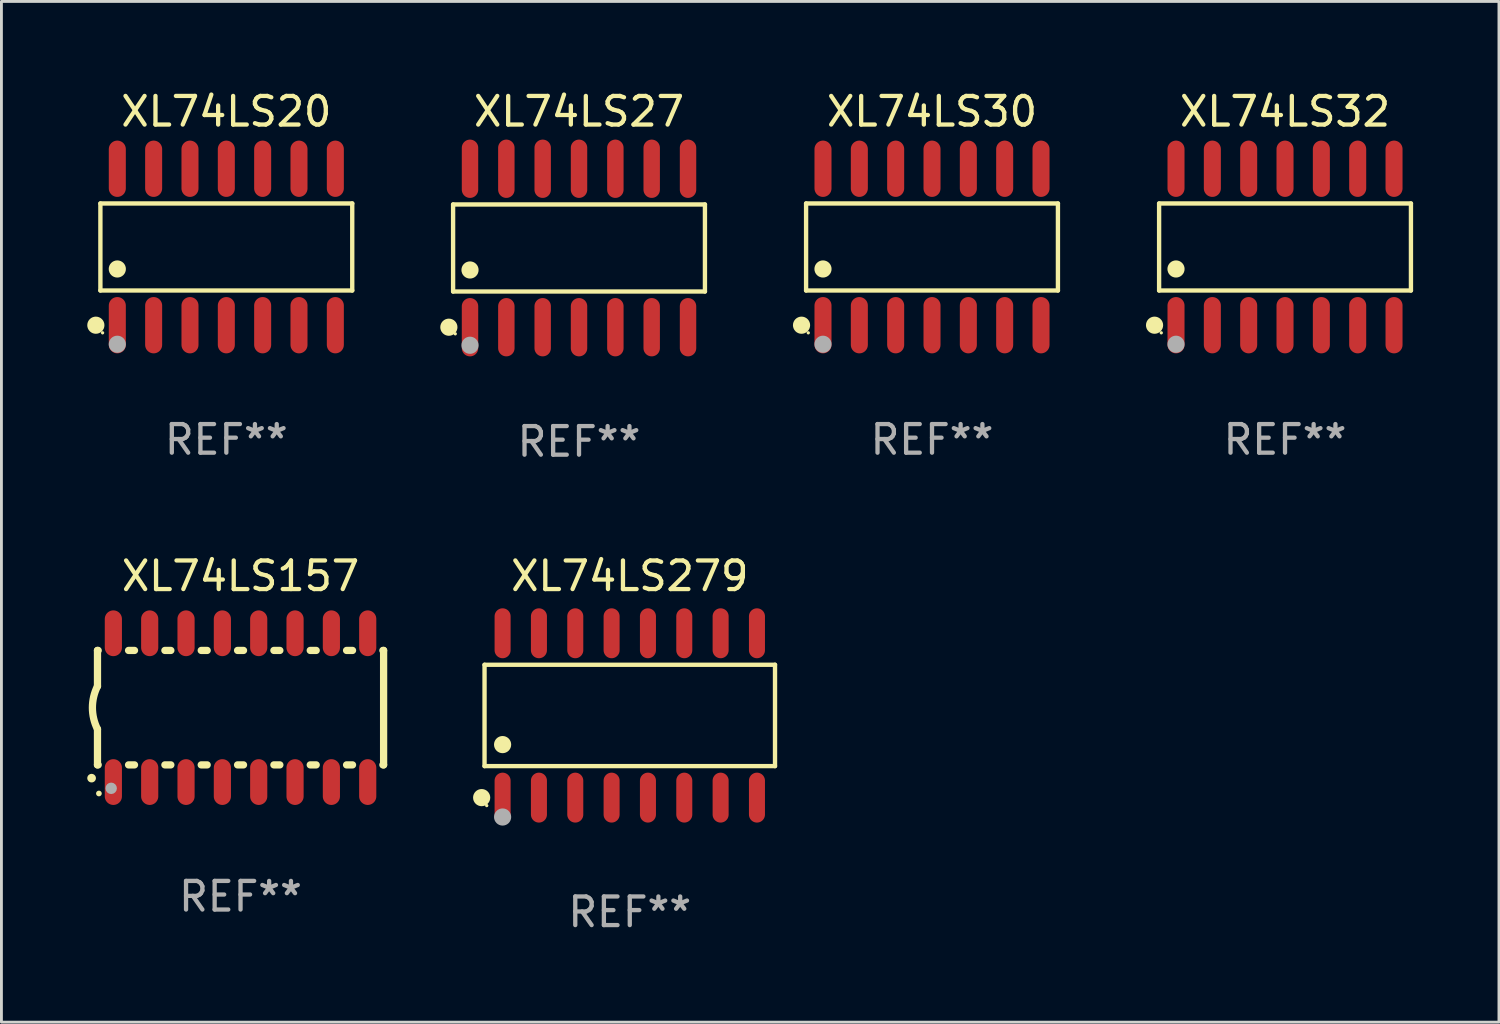
<source format=kicad_pcb>
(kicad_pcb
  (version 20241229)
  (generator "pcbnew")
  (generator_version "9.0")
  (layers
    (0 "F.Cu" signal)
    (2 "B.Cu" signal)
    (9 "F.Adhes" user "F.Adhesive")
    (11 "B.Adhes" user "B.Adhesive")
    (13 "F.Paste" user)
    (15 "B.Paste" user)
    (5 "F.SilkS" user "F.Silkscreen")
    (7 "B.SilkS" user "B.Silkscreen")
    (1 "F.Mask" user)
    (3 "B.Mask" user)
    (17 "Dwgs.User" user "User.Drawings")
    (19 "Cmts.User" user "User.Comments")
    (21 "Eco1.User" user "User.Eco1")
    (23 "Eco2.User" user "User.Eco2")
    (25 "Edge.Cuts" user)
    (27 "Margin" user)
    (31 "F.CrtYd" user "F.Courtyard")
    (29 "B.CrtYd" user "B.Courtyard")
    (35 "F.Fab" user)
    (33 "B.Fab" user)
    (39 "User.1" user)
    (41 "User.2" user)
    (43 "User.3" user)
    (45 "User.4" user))
  (footprint "XL74LS20"
    (layer "F.Cu")
    (at 4.86 5.582)
    (property "Reference" "XL74LS20" (at 0 -4.734 0) (layer "F.SilkS") (effects (font (size 1 1) (thickness 0.15))))
    (attr through_hole)
    (fp_line (start -4.401 -1.521) (end 4.401 -1.521) (stroke (width 0.152) (type solid)) (layer "F.SilkS"))
    (fp_line (start -4.401 1.521) (end -4.401 -1.521) (stroke (width 0.152) (type solid)) (layer "F.SilkS"))
    (fp_line (start 4.401 -1.521) (end 4.401 1.521) (stroke (width 0.152) (type solid)) (layer "F.SilkS"))
    (fp_line (start 4.401 1.521) (end -4.401 1.521) (stroke (width 0.152) (type solid)) (layer "F.SilkS"))
    (fp_circle (center -4.56 2.734) (end -4.41 2.734) (stroke (width 0.3) (type solid)) (fill no) (layer "F.SilkS"))
    (fp_circle (center -4.325 3) (end -4.295 3) (stroke (width 0.06) (type solid)) (fill no) (layer "F.SilkS"))
    (fp_circle (center -3.81 0.769) (end -3.66 0.769) (stroke (width 0.3) (type solid)) (fill no) (layer "F.SilkS"))
    (fp_circle (center -3.81 3.4) (end -3.66 3.4) (stroke (width 0.3) (type solid)) (fill no) (layer "F.Fab"))
    (fp_text user "REF**" (at 0 6.734 0) (layer "F.Fab") (effects (font (size 1 1) (thickness 0.15))))
    (pad "1" smd oval (at -3.81 2.734) (size 0.595 1.968) (layers "F.Cu" "F.Mask" "F.Paste"))
    (pad "2" smd oval (at -2.54 2.734) (size 0.595 1.968) (layers "F.Cu" "F.Mask" "F.Paste"))
    (pad "3" smd oval (at -1.27 2.734) (size 0.595 1.968) (layers "F.Cu" "F.Mask" "F.Paste"))
    (pad "4" smd oval (at 0 2.734) (size 0.595 1.968) (layers "F.Cu" "F.Mask" "F.Paste"))
    (pad "5" smd oval (at 1.27 2.734) (size 0.595 1.968) (layers "F.Cu" "F.Mask" "F.Paste"))
    (pad "6" smd oval (at 2.54 2.734) (size 0.595 1.968) (layers "F.Cu" "F.Mask" "F.Paste"))
    (pad "7" smd oval (at 3.81 2.734) (size 0.595 1.968) (layers "F.Cu" "F.Mask" "F.Paste"))
    (pad "8" smd oval (at 3.81 -2.734) (size 0.595 1.968) (layers "F.Cu" "F.Mask" "F.Paste"))
    (pad "9" smd oval (at 2.54 -2.734) (size 0.595 1.968) (layers "F.Cu" "F.Mask" "F.Paste"))
    (pad "10" smd oval (at 1.27 -2.734) (size 0.595 1.968) (layers "F.Cu" "F.Mask" "F.Paste"))
    (pad "11" smd oval (at 0 -2.734) (size 0.595 1.968) (layers "F.Cu" "F.Mask" "F.Paste"))
    (pad "12" smd oval (at -1.27 -2.734) (size 0.595 1.968) (layers "F.Cu" "F.Mask" "F.Paste"))
    (pad "13" smd oval (at -2.54 -2.734) (size 0.595 1.968) (layers "F.Cu" "F.Mask" "F.Paste"))
    (pad "14" smd oval (at -3.81 -2.734) (size 0.595 1.968) (layers "F.Cu" "F.Mask" "F.Paste")))
  (footprint "XL74LS32"
    (layer "F.Cu")
    (at 41.862 5.582)
    (property "Reference" "XL74LS32" (at 0 -4.734 0) (layer "F.SilkS") (effects (font (size 1 1) (thickness 0.15))))
    (attr through_hole)
    (fp_line (start -4.401 -1.521) (end 4.401 -1.521) (stroke (width 0.152) (type solid)) (layer "F.SilkS"))
    (fp_line (start -4.401 1.521) (end -4.401 -1.521) (stroke (width 0.152) (type solid)) (layer "F.SilkS"))
    (fp_line (start 4.401 -1.521) (end 4.401 1.521) (stroke (width 0.152) (type solid)) (layer "F.SilkS"))
    (fp_line (start 4.401 1.521) (end -4.401 1.521) (stroke (width 0.152) (type solid)) (layer "F.SilkS"))
    (fp_circle (center -4.56 2.734) (end -4.41 2.734) (stroke (width 0.3) (type solid)) (fill no) (layer "F.SilkS"))
    (fp_circle (center -4.325 3) (end -4.295 3) (stroke (width 0.06) (type solid)) (fill no) (layer "F.SilkS"))
    (fp_circle (center -3.81 0.769) (end -3.66 0.769) (stroke (width 0.3) (type solid)) (fill no) (layer "F.SilkS"))
    (fp_circle (center -3.81 3.4) (end -3.66 3.4) (stroke (width 0.3) (type solid)) (fill no) (layer "F.Fab"))
    (fp_text user "REF**" (at 0 6.734 0) (layer "F.Fab") (effects (font (size 1 1) (thickness 0.15))))
    (pad "1" smd oval (at -3.81 2.734) (size 0.595 1.968) (layers "F.Cu" "F.Mask" "F.Paste"))
    (pad "2" smd oval (at -2.54 2.734) (size 0.595 1.968) (layers "F.Cu" "F.Mask" "F.Paste"))
    (pad "3" smd oval (at -1.27 2.734) (size 0.595 1.968) (layers "F.Cu" "F.Mask" "F.Paste"))
    (pad "4" smd oval (at 0 2.734) (size 0.595 1.968) (layers "F.Cu" "F.Mask" "F.Paste"))
    (pad "5" smd oval (at 1.27 2.734) (size 0.595 1.968) (layers "F.Cu" "F.Mask" "F.Paste"))
    (pad "6" smd oval (at 2.54 2.734) (size 0.595 1.968) (layers "F.Cu" "F.Mask" "F.Paste"))
    (pad "7" smd oval (at 3.81 2.734) (size 0.595 1.968) (layers "F.Cu" "F.Mask" "F.Paste"))
    (pad "8" smd oval (at 3.81 -2.734) (size 0.595 1.968) (layers "F.Cu" "F.Mask" "F.Paste"))
    (pad "9" smd oval (at 2.54 -2.734) (size 0.595 1.968) (layers "F.Cu" "F.Mask" "F.Paste"))
    (pad "10" smd oval (at 1.27 -2.734) (size 0.595 1.968) (layers "F.Cu" "F.Mask" "F.Paste"))
    (pad "11" smd oval (at 0 -2.734) (size 0.595 1.968) (layers "F.Cu" "F.Mask" "F.Paste"))
    (pad "12" smd oval (at -1.27 -2.734) (size 0.595 1.968) (layers "F.Cu" "F.Mask" "F.Paste"))
    (pad "13" smd oval (at -2.54 -2.734) (size 0.595 1.968) (layers "F.Cu" "F.Mask" "F.Paste"))
    (pad "14" smd oval (at -3.81 -2.734) (size 0.595 1.968) (layers "F.Cu" "F.Mask" "F.Paste")))
  (footprint "XL74LS27"
    (layer "F.Cu")
    (at 17.187 5.617)
    (property "Reference" "XL74LS27" (at 0 -4.769 0) (layer "F.SilkS") (effects (font (size 1 1) (thickness 0.15))))
    (attr through_hole)
    (fp_line (start -4.401 -1.521) (end 4.401 -1.521) (stroke (width 0.152) (type solid)) (layer "F.SilkS"))
    (fp_line (start -4.401 1.521) (end -4.401 -1.521) (stroke (width 0.152) (type solid)) (layer "F.SilkS"))
    (fp_line (start 4.401 -1.521) (end 4.401 1.521) (stroke (width 0.152) (type solid)) (layer "F.SilkS"))
    (fp_line (start 4.401 1.521) (end -4.401 1.521) (stroke (width 0.152) (type solid)) (layer "F.SilkS"))
    (fp_circle (center -4.549 2.769) (end -4.399 2.769) (stroke (width 0.3) (type solid)) (fill no) (layer "F.SilkS"))
    (fp_circle (center -4.325 3) (end -4.295 3) (stroke (width 0.06) (type solid)) (fill no) (layer "F.SilkS"))
    (fp_circle (center -3.81 0.769) (end -3.66 0.769) (stroke (width 0.3) (type solid)) (fill no) (layer "F.SilkS"))
    (fp_circle (center -3.81 3.4) (end -3.66 3.4) (stroke (width 0.3) (type solid)) (fill no) (layer "F.Fab"))
    (fp_text user "REF**" (at 0 6.769 0) (layer "F.Fab") (effects (font (size 1 1) (thickness 0.15))))
    (pad "1" smd oval (at -3.81 2.769) (size 0.574 2.038) (layers "F.Cu" "F.Mask" "F.Paste"))
    (pad "2" smd oval (at -2.54 2.769) (size 0.574 2.038) (layers "F.Cu" "F.Mask" "F.Paste"))
    (pad "3" smd oval (at -1.27 2.769) (size 0.574 2.038) (layers "F.Cu" "F.Mask" "F.Paste"))
    (pad "4" smd oval (at 0 2.769) (size 0.574 2.038) (layers "F.Cu" "F.Mask" "F.Paste"))
    (pad "5" smd oval (at 1.27 2.769) (size 0.574 2.038) (layers "F.Cu" "F.Mask" "F.Paste"))
    (pad "6" smd oval (at 2.54 2.769) (size 0.574 2.038) (layers "F.Cu" "F.Mask" "F.Paste"))
    (pad "7" smd oval (at 3.81 2.769) (size 0.574 2.038) (layers "F.Cu" "F.Mask" "F.Paste"))
    (pad "8" smd oval (at 3.81 -2.769) (size 0.574 2.038) (layers "F.Cu" "F.Mask" "F.Paste"))
    (pad "9" smd oval (at 2.54 -2.769) (size 0.574 2.038) (layers "F.Cu" "F.Mask" "F.Paste"))
    (pad "10" smd oval (at 1.27 -2.769) (size 0.574 2.038) (layers "F.Cu" "F.Mask" "F.Paste"))
    (pad "11" smd oval (at 0 -2.769) (size 0.574 2.038) (layers "F.Cu" "F.Mask" "F.Paste"))
    (pad "12" smd oval (at -1.27 -2.769) (size 0.574 2.038) (layers "F.Cu" "F.Mask" "F.Paste"))
    (pad "13" smd oval (at -2.54 -2.769) (size 0.574 2.038) (layers "F.Cu" "F.Mask" "F.Paste"))
    (pad "14" smd oval (at -3.81 -2.769) (size 0.574 2.038) (layers "F.Cu" "F.Mask" "F.Paste")))
  (footprint "XL74LS30"
    (layer "F.Cu")
    (at 29.524 5.582)
    (property "Reference" "XL74LS30" (at 0 -4.734 0) (layer "F.SilkS") (effects (font (size 1 1) (thickness 0.15))))
    (attr through_hole)
    (fp_line (start -4.401 -1.521) (end 4.401 -1.521) (stroke (width 0.152) (type solid)) (layer "F.SilkS"))
    (fp_line (start -4.401 1.521) (end -4.401 -1.521) (stroke (width 0.152) (type solid)) (layer "F.SilkS"))
    (fp_line (start 4.401 -1.521) (end 4.401 1.521) (stroke (width 0.152) (type solid)) (layer "F.SilkS"))
    (fp_line (start 4.401 1.521) (end -4.401 1.521) (stroke (width 0.152) (type solid)) (layer "F.SilkS"))
    (fp_circle (center -4.56 2.734) (end -4.41 2.734) (stroke (width 0.3) (type solid)) (fill no) (layer "F.SilkS"))
    (fp_circle (center -4.325 3) (end -4.295 3) (stroke (width 0.06) (type solid)) (fill no) (layer "F.SilkS"))
    (fp_circle (center -3.81 0.769) (end -3.66 0.769) (stroke (width 0.3) (type solid)) (fill no) (layer "F.SilkS"))
    (fp_circle (center -3.81 3.4) (end -3.66 3.4) (stroke (width 0.3) (type solid)) (fill no) (layer "F.Fab"))
    (fp_text user "REF**" (at 0 6.734 0) (layer "F.Fab") (effects (font (size 1 1) (thickness 0.15))))
    (pad "1" smd oval (at -3.81 2.734) (size 0.595 1.968) (layers "F.Cu" "F.Mask" "F.Paste"))
    (pad "2" smd oval (at -2.54 2.734) (size 0.595 1.968) (layers "F.Cu" "F.Mask" "F.Paste"))
    (pad "3" smd oval (at -1.27 2.734) (size 0.595 1.968) (layers "F.Cu" "F.Mask" "F.Paste"))
    (pad "4" smd oval (at 0 2.734) (size 0.595 1.968) (layers "F.Cu" "F.Mask" "F.Paste"))
    (pad "5" smd oval (at 1.27 2.734) (size 0.595 1.968) (layers "F.Cu" "F.Mask" "F.Paste"))
    (pad "6" smd oval (at 2.54 2.734) (size 0.595 1.968) (layers "F.Cu" "F.Mask" "F.Paste"))
    (pad "7" smd oval (at 3.81 2.734) (size 0.595 1.968) (layers "F.Cu" "F.Mask" "F.Paste"))
    (pad "8" smd oval (at 3.81 -2.734) (size 0.595 1.968) (layers "F.Cu" "F.Mask" "F.Paste"))
    (pad "9" smd oval (at 2.54 -2.734) (size 0.595 1.968) (layers "F.Cu" "F.Mask" "F.Paste"))
    (pad "10" smd oval (at 1.27 -2.734) (size 0.595 1.968) (layers "F.Cu" "F.Mask" "F.Paste"))
    (pad "11" smd oval (at 0 -2.734) (size 0.595 1.968) (layers "F.Cu" "F.Mask" "F.Paste"))
    (pad "12" smd oval (at -1.27 -2.734) (size 0.595 1.968) (layers "F.Cu" "F.Mask" "F.Paste"))
    (pad "13" smd oval (at -2.54 -2.734) (size 0.595 1.968) (layers "F.Cu" "F.Mask" "F.Paste"))
    (pad "14" smd oval (at -3.81 -2.734) (size 0.595 1.968) (layers "F.Cu" "F.Mask" "F.Paste")))
  (footprint "XL74LS157"
    (layer "F.Cu")
    (at 5.357 21.683)
    (property "Reference" "XL74LS157" (at 0 -4.6 0) (layer "F.SilkS") (effects (font (size 1 1) (thickness 0.15))))
    (attr through_hole)
    (fp_line (start -5 -2) (end -5 -0.75) (stroke (width 0.254) (type solid)) (layer "F.SilkS"))
    (fp_line (start -5 -2) (end -4.976 -2) (stroke (width 0.254) (type solid)) (layer "F.SilkS"))
    (fp_line (start -5 2) (end -5 0.75) (stroke (width 0.254) (type solid)) (layer "F.SilkS"))
    (fp_line (start -5 2) (end -4.976 2) (stroke (width 0.254) (type solid)) (layer "F.SilkS"))
    (fp_line (start -3.914 -2) (end -3.706 -2) (stroke (width 0.254) (type solid)) (layer "F.SilkS"))
    (fp_line (start -3.914 2) (end -3.706 2) (stroke (width 0.254) (type solid)) (layer "F.SilkS"))
    (fp_line (start -2.644 -2) (end -2.436 -2) (stroke (width 0.254) (type solid)) (layer "F.SilkS"))
    (fp_line (start -2.644 2) (end -2.436 2) (stroke (width 0.254) (type solid)) (layer "F.SilkS"))
    (fp_line (start -1.374 -2) (end -1.166 -2) (stroke (width 0.254) (type solid)) (layer "F.SilkS"))
    (fp_line (start -1.374 2) (end -1.166 2) (stroke (width 0.254) (type solid)) (layer "F.SilkS"))
    (fp_line (start -0.104 -2) (end 0.104 -2) (stroke (width 0.254) (type solid)) (layer "F.SilkS"))
    (fp_line (start -0.104 2) (end 0.104 2) (stroke (width 0.254) (type solid)) (layer "F.SilkS"))
    (fp_line (start 1.166 -2) (end 1.374 -2) (stroke (width 0.254) (type solid)) (layer "F.SilkS"))
    (fp_line (start 1.166 2) (end 1.374 2) (stroke (width 0.254) (type solid)) (layer "F.SilkS"))
    (fp_line (start 2.436 -2) (end 2.644 -2) (stroke (width 0.254) (type solid)) (layer "F.SilkS"))
    (fp_line (start 2.436 2) (end 2.644 2) (stroke (width 0.254) (type solid)) (layer "F.SilkS"))
    (fp_line (start 3.706 -2) (end 3.914 -2) (stroke (width 0.254) (type solid)) (layer "F.SilkS"))
    (fp_line (start 3.706 2) (end 3.914 2) (stroke (width 0.254) (type solid)) (layer "F.SilkS"))
    (fp_line (start 4.976 -2) (end 5 -2) (stroke (width 0.254) (type solid)) (layer "F.SilkS"))
    (fp_line (start 4.976 2) (end 5 2) (stroke (width 0.254) (type solid)) (layer "F.SilkS"))
    (fp_line (start 5 2) (end 5 -2) (stroke (width 0.254) (type solid)) (layer "F.SilkS"))
    (fp_arc (start -5.20701 2.46383) (mid -5.20574 2.463825) (end -5.20447 2.46383) (stroke (width 0.3) (type solid)) (layer "F.SilkS"))
    (fp_arc (start -5 0.751207) (mid -5.177192 0.00061) (end -5 -0.749987) (stroke (width 0.254001) (type solid)) (layer "F.SilkS"))
    (fp_circle (center -4.95 3) (end -4.9 3) (stroke (width 0.1) (type solid)) (fill no) (layer "F.SilkS"))
    (fp_circle (center -4.521 2.819) (end -4.421 2.819) (stroke (width 0.2) (type solid)) (fill no) (layer "F.Fab"))
    (fp_text user "REF**" (at 0 6.6 0) (layer "F.Fab") (effects (font (size 1 1) (thickness 0.15))))
    (pad "1" smd oval (at -4.445 2.6 180) (size 0.6 1.6) (layers "F.Cu" "F.Mask" "F.Paste"))
    (pad "2" smd oval (at -3.175 2.6 180) (size 0.6 1.6) (layers "F.Cu" "F.Mask" "F.Paste"))
    (pad "3" smd oval (at -1.905 2.6 180) (size 0.6 1.6) (layers "F.Cu" "F.Mask" "F.Paste"))
    (pad "4" smd oval (at -0.635 2.6 180) (size 0.6 1.6) (layers "F.Cu" "F.Mask" "F.Paste"))
    (pad "5" smd oval (at 0.635 2.6 180) (size 0.6 1.6) (layers "F.Cu" "F.Mask" "F.Paste"))
    (pad "6" smd oval (at 1.905 2.6 180) (size 0.6 1.6) (layers "F.Cu" "F.Mask" "F.Paste"))
    (pad "7" smd oval (at 3.175 2.6 180) (size 0.6 1.6) (layers "F.Cu" "F.Mask" "F.Paste"))
    (pad "8" smd oval (at 4.445 2.6 180) (size 0.6 1.6) (layers "F.Cu" "F.Mask" "F.Paste"))
    (pad "9" smd oval (at 4.445 -2.6 180) (size 0.6 1.6) (layers "F.Cu" "F.Mask" "F.Paste"))
    (pad "10" smd oval (at 3.175 -2.6 180) (size 0.6 1.6) (layers "F.Cu" "F.Mask" "F.Paste"))
    (pad "11" smd oval (at 1.905 -2.6 180) (size 0.6 1.6) (layers "F.Cu" "F.Mask" "F.Paste"))
    (pad "12" smd oval (at 0.635 -2.6 180) (size 0.6 1.6) (layers "F.Cu" "F.Mask" "F.Paste"))
    (pad "13" smd oval (at -0.635 -2.6 180) (size 0.6 1.6) (layers "F.Cu" "F.Mask" "F.Paste"))
    (pad "14" smd oval (at -1.905 -2.6 180) (size 0.6 1.6) (layers "F.Cu" "F.Mask" "F.Paste"))
    (pad "15" smd oval (at -3.175 -2.6 180) (size 0.6 1.6) (layers "F.Cu" "F.Mask" "F.Paste"))
    (pad "16" smd oval (at -4.445 -2.6 180) (size 0.6 1.6) (layers "F.Cu" "F.Mask" "F.Paste")))
  (footprint "XL74LS279"
    (layer "F.Cu")
    (at 18.961 21.955)
    (property "Reference" "XL74LS279" (at 0 -4.872 0) (layer "F.SilkS") (effects (font (size 1 1) (thickness 0.15))))
    (attr through_hole)
    (fp_line (start -5.076 -1.771) (end 5.076 -1.771) (stroke (width 0.152) (type solid)) (layer "F.SilkS"))
    (fp_line (start -5.076 1.771) (end -5.076 -1.771) (stroke (width 0.152) (type solid)) (layer "F.SilkS"))
    (fp_line (start 5.076 -1.771) (end 5.076 1.771) (stroke (width 0.152) (type solid)) (layer "F.SilkS"))
    (fp_line (start 5.076 1.771) (end -5.076 1.771) (stroke (width 0.152) (type solid)) (layer "F.SilkS"))
    (fp_circle (center -5.177 2.872) (end -5.027 2.872) (stroke (width 0.3) (type solid)) (fill no) (layer "F.SilkS"))
    (fp_circle (center -5 3.15) (end -4.97 3.15) (stroke (width 0.06) (type solid)) (fill no) (layer "F.SilkS"))
    (fp_circle (center -4.445 1.019) (end -4.295 1.019) (stroke (width 0.3) (type solid)) (fill no) (layer "F.SilkS"))
    (fp_circle (center -4.445 3.55) (end -4.295 3.55) (stroke (width 0.3) (type solid)) (fill no) (layer "F.Fab"))
    (fp_text user "REF**" (at 0 6.872 0) (layer "F.Fab") (effects (font (size 1 1) (thickness 0.15))))
    (pad "1" smd oval (at -4.445 2.872) (size 0.56 1.745) (layers "F.Cu" "F.Mask" "F.Paste"))
    (pad "2" smd oval (at -3.175 2.872) (size 0.56 1.745) (layers "F.Cu" "F.Mask" "F.Paste"))
    (pad "3" smd oval (at -1.905 2.872) (size 0.56 1.745) (layers "F.Cu" "F.Mask" "F.Paste"))
    (pad "4" smd oval (at -0.635 2.872) (size 0.56 1.745) (layers "F.Cu" "F.Mask" "F.Paste"))
    (pad "5" smd oval (at 0.635 2.872) (size 0.56 1.745) (layers "F.Cu" "F.Mask" "F.Paste"))
    (pad "6" smd oval (at 1.905 2.872) (size 0.56 1.745) (layers "F.Cu" "F.Mask" "F.Paste"))
    (pad "7" smd oval (at 3.175 2.872) (size 0.56 1.745) (layers "F.Cu" "F.Mask" "F.Paste"))
    (pad "8" smd oval (at 4.445 2.872) (size 0.56 1.745) (layers "F.Cu" "F.Mask" "F.Paste"))
    (pad "9" smd oval (at 4.445 -2.872) (size 0.56 1.745) (layers "F.Cu" "F.Mask" "F.Paste"))
    (pad "10" smd oval (at 3.175 -2.872) (size 0.56 1.745) (layers "F.Cu" "F.Mask" "F.Paste"))
    (pad "11" smd oval (at 1.905 -2.872) (size 0.56 1.745) (layers "F.Cu" "F.Mask" "F.Paste"))
    (pad "12" smd oval (at 0.635 -2.872) (size 0.56 1.745) (layers "F.Cu" "F.Mask" "F.Paste"))
    (pad "13" smd oval (at -0.635 -2.872) (size 0.56 1.745) (layers "F.Cu" "F.Mask" "F.Paste"))
    (pad "14" smd oval (at -1.905 -2.872) (size 0.56 1.745) (layers "F.Cu" "F.Mask" "F.Paste"))
    (pad "15" smd oval (at -3.175 -2.872) (size 0.56 1.745) (layers "F.Cu" "F.Mask" "F.Paste"))
    (pad "16" smd oval (at -4.445 -2.872) (size 0.56 1.745) (layers "F.Cu" "F.Mask" "F.Paste")))
  (gr_rect
    (start -3 -3)
    (end 49.339 32.676)
    (stroke (width 0.1) (type default))
    (fill no)
    (layer "Edge.Cuts")))
</source>
